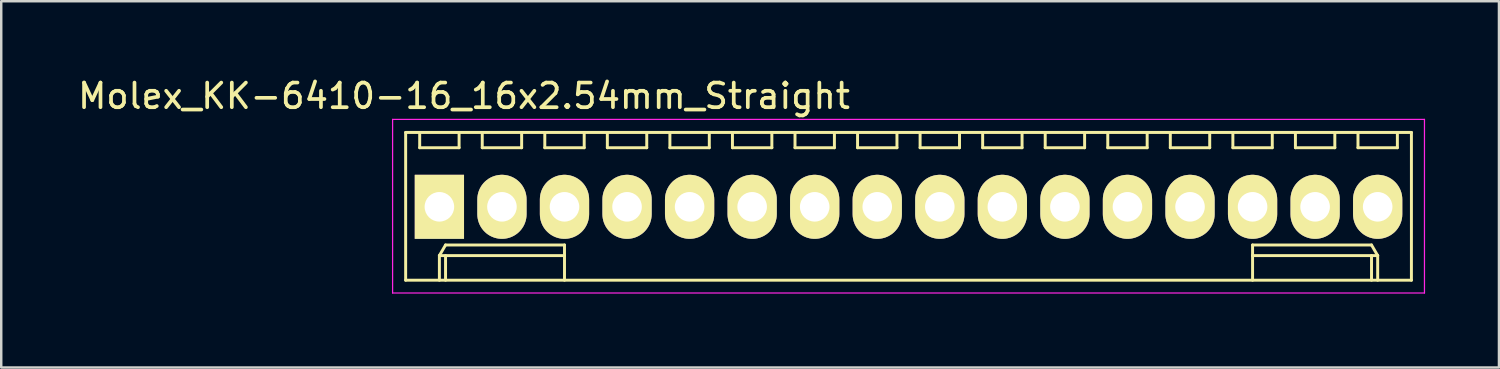
<source format=kicad_pcb>
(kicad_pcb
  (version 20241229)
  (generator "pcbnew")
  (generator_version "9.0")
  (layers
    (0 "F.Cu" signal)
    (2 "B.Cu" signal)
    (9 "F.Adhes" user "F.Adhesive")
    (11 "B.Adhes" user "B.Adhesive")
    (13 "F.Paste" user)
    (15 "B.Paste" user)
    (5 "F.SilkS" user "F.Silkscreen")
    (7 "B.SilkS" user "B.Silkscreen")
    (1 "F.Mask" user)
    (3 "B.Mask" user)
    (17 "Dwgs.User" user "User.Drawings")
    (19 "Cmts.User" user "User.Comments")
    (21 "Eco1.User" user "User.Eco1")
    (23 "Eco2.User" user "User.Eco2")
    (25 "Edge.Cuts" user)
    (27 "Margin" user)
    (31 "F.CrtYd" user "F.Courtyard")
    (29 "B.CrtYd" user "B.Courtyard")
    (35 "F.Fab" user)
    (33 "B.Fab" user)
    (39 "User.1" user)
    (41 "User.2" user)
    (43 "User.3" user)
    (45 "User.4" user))
  (footprint "Molex_KK-6410-16_16x2.54mm_Straight"
    (layer "F.Cu")
    (at 14.792 5.348)
    (property "Reference" "Molex_KK-6410-16_16x2.54mm_Straight" (at 1 -4.5 0) (layer "F.SilkS") (effects (font (size 1 1) (thickness 0.15))))
    (attr through_hole)
    (fp_line (start -1.37 -3.02) (end -1.37 2.98) (stroke (width 0.12) (type solid)) (layer "F.SilkS"))
    (fp_line (start -1.37 2.98) (end 39.47 2.98) (stroke (width 0.12) (type solid)) (layer "F.SilkS"))
    (fp_line (start -0.8 -3.02) (end -0.8 -2.4) (stroke (width 0.12) (type solid)) (layer "F.SilkS"))
    (fp_line (start -0.8 -2.4) (end 0.8 -2.4) (stroke (width 0.12) (type solid)) (layer "F.SilkS"))
    (fp_line (start 0 1.98) (end 0.25 1.55) (stroke (width 0.12) (type solid)) (layer "F.SilkS"))
    (fp_line (start 0 1.98) (end 5.08 1.98) (stroke (width 0.12) (type solid)) (layer "F.SilkS"))
    (fp_line (start 0 2.98) (end 0 1.98) (stroke (width 0.12) (type solid)) (layer "F.SilkS"))
    (fp_line (start 0.25 1.55) (end 5.08 1.55) (stroke (width 0.12) (type solid)) (layer "F.SilkS"))
    (fp_line (start 0.25 2.98) (end 0.25 1.98) (stroke (width 0.12) (type solid)) (layer "F.SilkS"))
    (fp_line (start 0.8 -2.4) (end 0.8 -3.02) (stroke (width 0.12) (type solid)) (layer "F.SilkS"))
    (fp_line (start 1.74 -3.02) (end 1.74 -2.4) (stroke (width 0.12) (type solid)) (layer "F.SilkS"))
    (fp_line (start 1.74 -2.4) (end 3.34 -2.4) (stroke (width 0.12) (type solid)) (layer "F.SilkS"))
    (fp_line (start 3.34 -2.4) (end 3.34 -3.02) (stroke (width 0.12) (type solid)) (layer "F.SilkS"))
    (fp_line (start 4.28 -3.02) (end 4.28 -2.4) (stroke (width 0.12) (type solid)) (layer "F.SilkS"))
    (fp_line (start 4.28 -2.4) (end 5.88 -2.4) (stroke (width 0.12) (type solid)) (layer "F.SilkS"))
    (fp_line (start 5.08 1.55) (end 5.08 1.98) (stroke (width 0.12) (type solid)) (layer "F.SilkS"))
    (fp_line (start 5.08 1.98) (end 5.08 2.98) (stroke (width 0.12) (type solid)) (layer "F.SilkS"))
    (fp_line (start 5.88 -2.4) (end 5.88 -3.02) (stroke (width 0.12) (type solid)) (layer "F.SilkS"))
    (fp_line (start 6.82 -3.02) (end 6.82 -2.4) (stroke (width 0.12) (type solid)) (layer "F.SilkS"))
    (fp_line (start 6.82 -2.4) (end 8.42 -2.4) (stroke (width 0.12) (type solid)) (layer "F.SilkS"))
    (fp_line (start 8.42 -2.4) (end 8.42 -3.02) (stroke (width 0.12) (type solid)) (layer "F.SilkS"))
    (fp_line (start 9.36 -3.02) (end 9.36 -2.4) (stroke (width 0.12) (type solid)) (layer "F.SilkS"))
    (fp_line (start 9.36 -2.4) (end 10.96 -2.4) (stroke (width 0.12) (type solid)) (layer "F.SilkS"))
    (fp_line (start 10.96 -2.4) (end 10.96 -3.02) (stroke (width 0.12) (type solid)) (layer "F.SilkS"))
    (fp_line (start 11.9 -3.02) (end 11.9 -2.4) (stroke (width 0.12) (type solid)) (layer "F.SilkS"))
    (fp_line (start 11.9 -2.4) (end 13.5 -2.4) (stroke (width 0.12) (type solid)) (layer "F.SilkS"))
    (fp_line (start 13.5 -2.4) (end 13.5 -3.02) (stroke (width 0.12) (type solid)) (layer "F.SilkS"))
    (fp_line (start 14.44 -3.02) (end 14.44 -2.4) (stroke (width 0.12) (type solid)) (layer "F.SilkS"))
    (fp_line (start 14.44 -2.4) (end 16.04 -2.4) (stroke (width 0.12) (type solid)) (layer "F.SilkS"))
    (fp_line (start 16.04 -2.4) (end 16.04 -3.02) (stroke (width 0.12) (type solid)) (layer "F.SilkS"))
    (fp_line (start 16.98 -3.02) (end 16.98 -2.4) (stroke (width 0.12) (type solid)) (layer "F.SilkS"))
    (fp_line (start 16.98 -2.4) (end 18.58 -2.4) (stroke (width 0.12) (type solid)) (layer "F.SilkS"))
    (fp_line (start 18.58 -2.4) (end 18.58 -3.02) (stroke (width 0.12) (type solid)) (layer "F.SilkS"))
    (fp_line (start 19.52 -3.02) (end 19.52 -2.4) (stroke (width 0.12) (type solid)) (layer "F.SilkS"))
    (fp_line (start 19.52 -2.4) (end 21.12 -2.4) (stroke (width 0.12) (type solid)) (layer "F.SilkS"))
    (fp_line (start 21.12 -2.4) (end 21.12 -3.02) (stroke (width 0.12) (type solid)) (layer "F.SilkS"))
    (fp_line (start 22.06 -3.02) (end 22.06 -2.4) (stroke (width 0.12) (type solid)) (layer "F.SilkS"))
    (fp_line (start 22.06 -2.4) (end 23.66 -2.4) (stroke (width 0.12) (type solid)) (layer "F.SilkS"))
    (fp_line (start 23.66 -2.4) (end 23.66 -3.02) (stroke (width 0.12) (type solid)) (layer "F.SilkS"))
    (fp_line (start 24.6 -3.02) (end 24.6 -2.4) (stroke (width 0.12) (type solid)) (layer "F.SilkS"))
    (fp_line (start 24.6 -2.4) (end 26.2 -2.4) (stroke (width 0.12) (type solid)) (layer "F.SilkS"))
    (fp_line (start 26.2 -2.4) (end 26.2 -3.02) (stroke (width 0.12) (type solid)) (layer "F.SilkS"))
    (fp_line (start 27.14 -3.02) (end 27.14 -2.4) (stroke (width 0.12) (type solid)) (layer "F.SilkS"))
    (fp_line (start 27.14 -2.4) (end 28.74 -2.4) (stroke (width 0.12) (type solid)) (layer "F.SilkS"))
    (fp_line (start 28.74 -2.4) (end 28.74 -3.02) (stroke (width 0.12) (type solid)) (layer "F.SilkS"))
    (fp_line (start 29.68 -3.02) (end 29.68 -2.4) (stroke (width 0.12) (type solid)) (layer "F.SilkS"))
    (fp_line (start 29.68 -2.4) (end 31.28 -2.4) (stroke (width 0.12) (type solid)) (layer "F.SilkS"))
    (fp_line (start 31.28 -2.4) (end 31.28 -3.02) (stroke (width 0.12) (type solid)) (layer "F.SilkS"))
    (fp_line (start 32.22 -3.02) (end 32.22 -2.4) (stroke (width 0.12) (type solid)) (layer "F.SilkS"))
    (fp_line (start 32.22 -2.4) (end 33.82 -2.4) (stroke (width 0.12) (type solid)) (layer "F.SilkS"))
    (fp_line (start 33.02 1.55) (end 33.02 1.98) (stroke (width 0.12) (type solid)) (layer "F.SilkS"))
    (fp_line (start 33.02 1.98) (end 33.02 2.98) (stroke (width 0.12) (type solid)) (layer "F.SilkS"))
    (fp_line (start 33.82 -2.4) (end 33.82 -3.02) (stroke (width 0.12) (type solid)) (layer "F.SilkS"))
    (fp_line (start 34.76 -3.02) (end 34.76 -2.4) (stroke (width 0.12) (type solid)) (layer "F.SilkS"))
    (fp_line (start 34.76 -2.4) (end 36.36 -2.4) (stroke (width 0.12) (type solid)) (layer "F.SilkS"))
    (fp_line (start 36.36 -2.4) (end 36.36 -3.02) (stroke (width 0.12) (type solid)) (layer "F.SilkS"))
    (fp_line (start 37.3 -3.02) (end 37.3 -2.4) (stroke (width 0.12) (type solid)) (layer "F.SilkS"))
    (fp_line (start 37.3 -2.4) (end 38.9 -2.4) (stroke (width 0.12) (type solid)) (layer "F.SilkS"))
    (fp_line (start 37.85 1.55) (end 33.02 1.55) (stroke (width 0.12) (type solid)) (layer "F.SilkS"))
    (fp_line (start 37.85 2.98) (end 37.85 1.98) (stroke (width 0.12) (type solid)) (layer "F.SilkS"))
    (fp_line (start 38.1 1.98) (end 33.02 1.98) (stroke (width 0.12) (type solid)) (layer "F.SilkS"))
    (fp_line (start 38.1 1.98) (end 37.85 1.55) (stroke (width 0.12) (type solid)) (layer "F.SilkS"))
    (fp_line (start 38.1 2.98) (end 38.1 1.98) (stroke (width 0.12) (type solid)) (layer "F.SilkS"))
    (fp_line (start 38.9 -2.4) (end 38.9 -3.02) (stroke (width 0.12) (type solid)) (layer "F.SilkS"))
    (fp_line (start 39.47 -3.02) (end -1.37 -3.02) (stroke (width 0.12) (type solid)) (layer "F.SilkS"))
    (fp_line (start 39.47 2.98) (end 39.47 -3.02) (stroke (width 0.12) (type solid)) (layer "F.SilkS"))
    (fp_line (start -1.9 -3.55) (end 40 -3.55) (stroke (width 0.05) (type solid)) (layer "F.CrtYd"))
    (fp_line (start -1.9 3.5) (end -1.9 -3.55) (stroke (width 0.05) (type solid)) (layer "F.CrtYd"))
    (fp_line (start 40 -3.55) (end 40 3.5) (stroke (width 0.05) (type solid)) (layer "F.CrtYd"))
    (fp_line (start 40 3.5) (end -1.9 3.5) (stroke (width 0.05) (type solid)) (layer "F.CrtYd"))
    (pad "1" thru_hole rect (at 0 0) (size 2 2.6) (drill 1.2) (layers "*.Cu" "*.Mask" "F.SilkS"))
    (pad "2" thru_hole oval (at 2.54 0) (size 2 2.6) (drill 1.2) (layers "*.Cu" "*.Mask" "F.SilkS"))
    (pad "3" thru_hole oval (at 5.08 0) (size 2 2.6) (drill 1.2) (layers "*.Cu" "*.Mask" "F.SilkS"))
    (pad "4" thru_hole oval (at 7.62 0) (size 2 2.6) (drill 1.2) (layers "*.Cu" "*.Mask" "F.SilkS"))
    (pad "5" thru_hole oval (at 10.16 0) (size 2 2.6) (drill 1.2) (layers "*.Cu" "*.Mask" "F.SilkS"))
    (pad "6" thru_hole oval (at 12.7 0) (size 2 2.6) (drill 1.2) (layers "*.Cu" "*.Mask" "F.SilkS"))
    (pad "7" thru_hole oval (at 15.24 0) (size 2 2.6) (drill 1.2) (layers "*.Cu" "*.Mask" "F.SilkS"))
    (pad "8" thru_hole oval (at 17.78 0) (size 2 2.6) (drill 1.2) (layers "*.Cu" "*.Mask" "F.SilkS"))
    (pad "9" thru_hole oval (at 20.32 0) (size 2 2.6) (drill 1.2) (layers "*.Cu" "*.Mask" "F.SilkS"))
    (pad "10" thru_hole oval (at 22.86 0) (size 2 2.6) (drill 1.2) (layers "*.Cu" "*.Mask" "F.SilkS"))
    (pad "11" thru_hole oval (at 25.4 0) (size 2 2.6) (drill 1.2) (layers "*.Cu" "*.Mask" "F.SilkS"))
    (pad "12" thru_hole oval (at 27.94 0) (size 2 2.6) (drill 1.2) (layers "*.Cu" "*.Mask" "F.SilkS"))
    (pad "13" thru_hole oval (at 30.48 0) (size 2 2.6) (drill 1.2) (layers "*.Cu" "*.Mask" "F.SilkS"))
    (pad "14" thru_hole oval (at 33.02 0) (size 2 2.6) (drill 1.2) (layers "*.Cu" "*.Mask" "F.SilkS"))
    (pad "15" thru_hole oval (at 35.56 0) (size 2 2.6) (drill 1.2) (layers "*.Cu" "*.Mask" "F.SilkS"))
    (pad "16" thru_hole oval (at 38.1 0) (size 2 2.6) (drill 1.2) (layers "*.Cu" "*.Mask" "F.SilkS")))
  (gr_rect
    (start -3 -3)
    (end 57.817 11.873)
    (stroke (width 0.1) (type default))
    (fill no)
    (layer "Edge.Cuts")))
</source>
